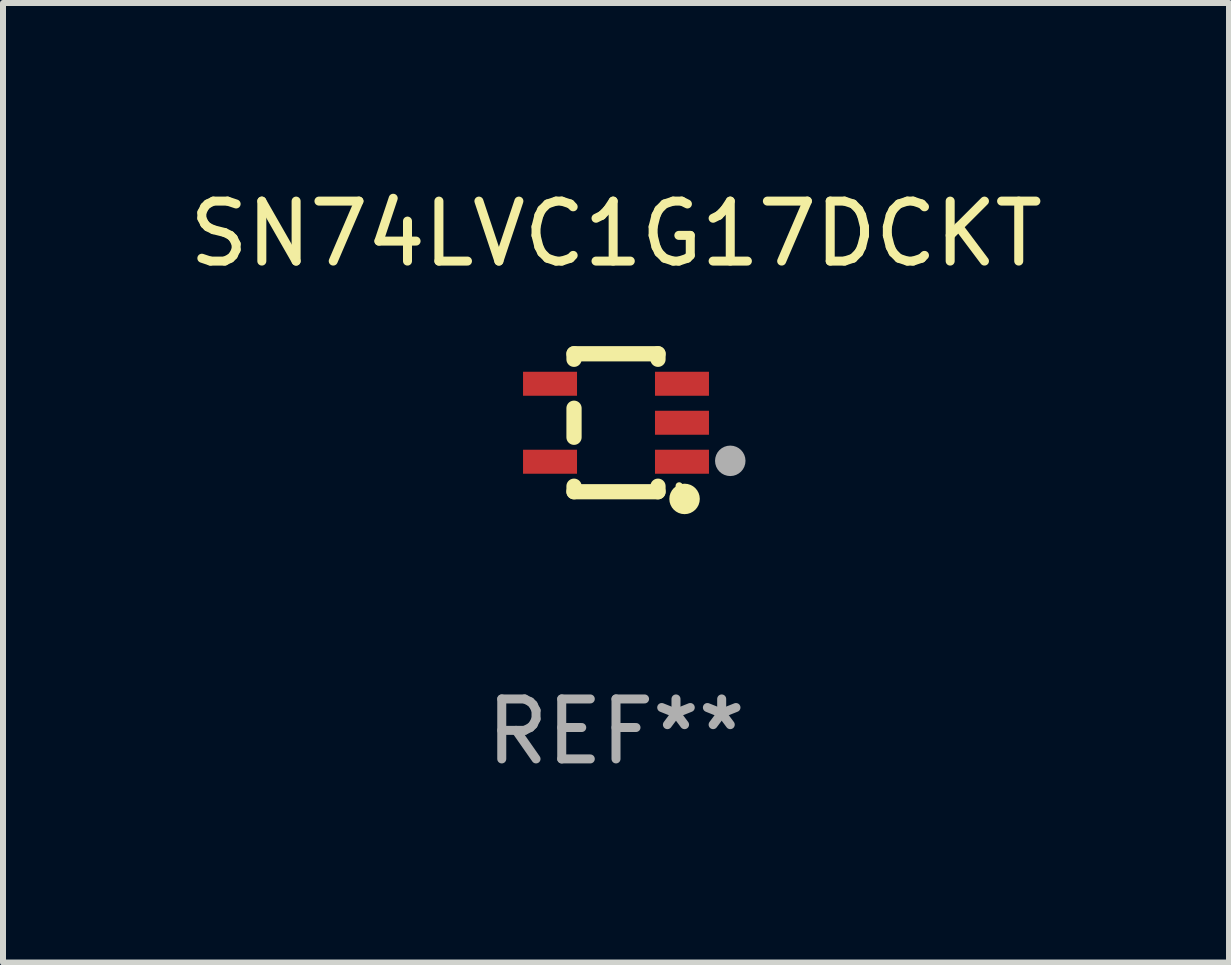
<source format=kicad_pcb>
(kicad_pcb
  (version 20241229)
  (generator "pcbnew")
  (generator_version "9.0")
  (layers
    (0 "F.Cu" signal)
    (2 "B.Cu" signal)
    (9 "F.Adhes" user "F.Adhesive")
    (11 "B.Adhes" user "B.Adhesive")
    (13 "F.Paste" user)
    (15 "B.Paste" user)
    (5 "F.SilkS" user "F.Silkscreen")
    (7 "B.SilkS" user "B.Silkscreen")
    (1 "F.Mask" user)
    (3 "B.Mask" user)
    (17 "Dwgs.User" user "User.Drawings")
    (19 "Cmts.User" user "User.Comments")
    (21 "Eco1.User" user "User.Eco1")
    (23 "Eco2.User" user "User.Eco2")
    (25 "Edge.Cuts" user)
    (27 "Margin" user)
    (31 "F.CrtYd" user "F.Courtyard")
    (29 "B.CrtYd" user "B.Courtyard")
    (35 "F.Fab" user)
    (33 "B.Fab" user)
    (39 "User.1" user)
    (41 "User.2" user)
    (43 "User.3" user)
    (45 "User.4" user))
  (footprint "SN74LVC1G17DCKT"
    (layer "F.Cu")
    (at 7.22 3.998)
    (property "Reference" "SN74LVC1G17DCKT" (at 0 -3.15 0) (layer "F.SilkS") (effects (font (size 1 1) (thickness 0.15))))
    (attr through_hole)
    (fp_line (start -0.7 -1.15) (end 0.7 -1.15) (stroke (width 0.254) (type solid)) (layer "F.SilkS"))
    (fp_line (start -0.7 -1.058) (end -0.7 -1.15) (stroke (width 0.254) (type solid)) (layer "F.SilkS"))
    (fp_line (start -0.7 0.242) (end -0.7 -0.242) (stroke (width 0.254) (type solid)) (layer "F.SilkS"))
    (fp_line (start -0.7 1.15) (end -0.7 1.058) (stroke (width 0.254) (type solid)) (layer "F.SilkS"))
    (fp_line (start -0.7 1.15) (end 0.7 1.15) (stroke (width 0.254) (type solid)) (layer "F.SilkS"))
    (fp_line (start 0.7 -1.058) (end 0.7 -1.15) (stroke (width 0.254) (type solid)) (layer "F.SilkS"))
    (fp_line (start 0.7 1.15) (end 0.7 1.058) (stroke (width 0.254) (type solid)) (layer "F.SilkS"))
    (fp_circle (center 1.053 1.052) (end 1.083 1.052) (stroke (width 0.06) (type solid)) (fill no) (layer "F.SilkS"))
    (fp_circle (center 1.143 1.27) (end 1.27 1.27) (stroke (width 0.254) (type solid)) (fill no) (layer "F.SilkS"))
    (fp_circle (center 1.905 0.635) (end 2.032 0.635) (stroke (width 0.254) (type solid)) (fill no) (layer "F.Fab"))
    (fp_text user "REF**" (at 0 5.15 0) (layer "F.Fab") (effects (font (size 1 1) (thickness 0.15))))
    (pad "1" smd rect (at 1.1 0.65 90) (size 0.4 0.9) (layers "F.Cu" "F.Mask" "F.Paste"))
    (pad "2" smd rect (at 1.1 0.000076 90) (size 0.4 0.9) (layers "F.Cu" "F.Mask" "F.Paste"))
    (pad "3" smd rect (at 1.1 -0.65 90) (size 0.4 0.9) (layers "F.Cu" "F.Mask" "F.Paste"))
    (pad "4" smd rect (at -1.1 -0.65 90) (size 0.4 0.9) (layers "F.Cu" "F.Mask" "F.Paste"))
    (pad "5" smd rect (at -1.1 0.65 90) (size 0.4 0.9) (layers "F.Cu" "F.Mask" "F.Paste")))
  (gr_rect
    (start -3 -3)
    (end 17.44 12.997)
    (stroke (width 0.1) (type default))
    (fill no)
    (layer "Edge.Cuts")))
</source>
